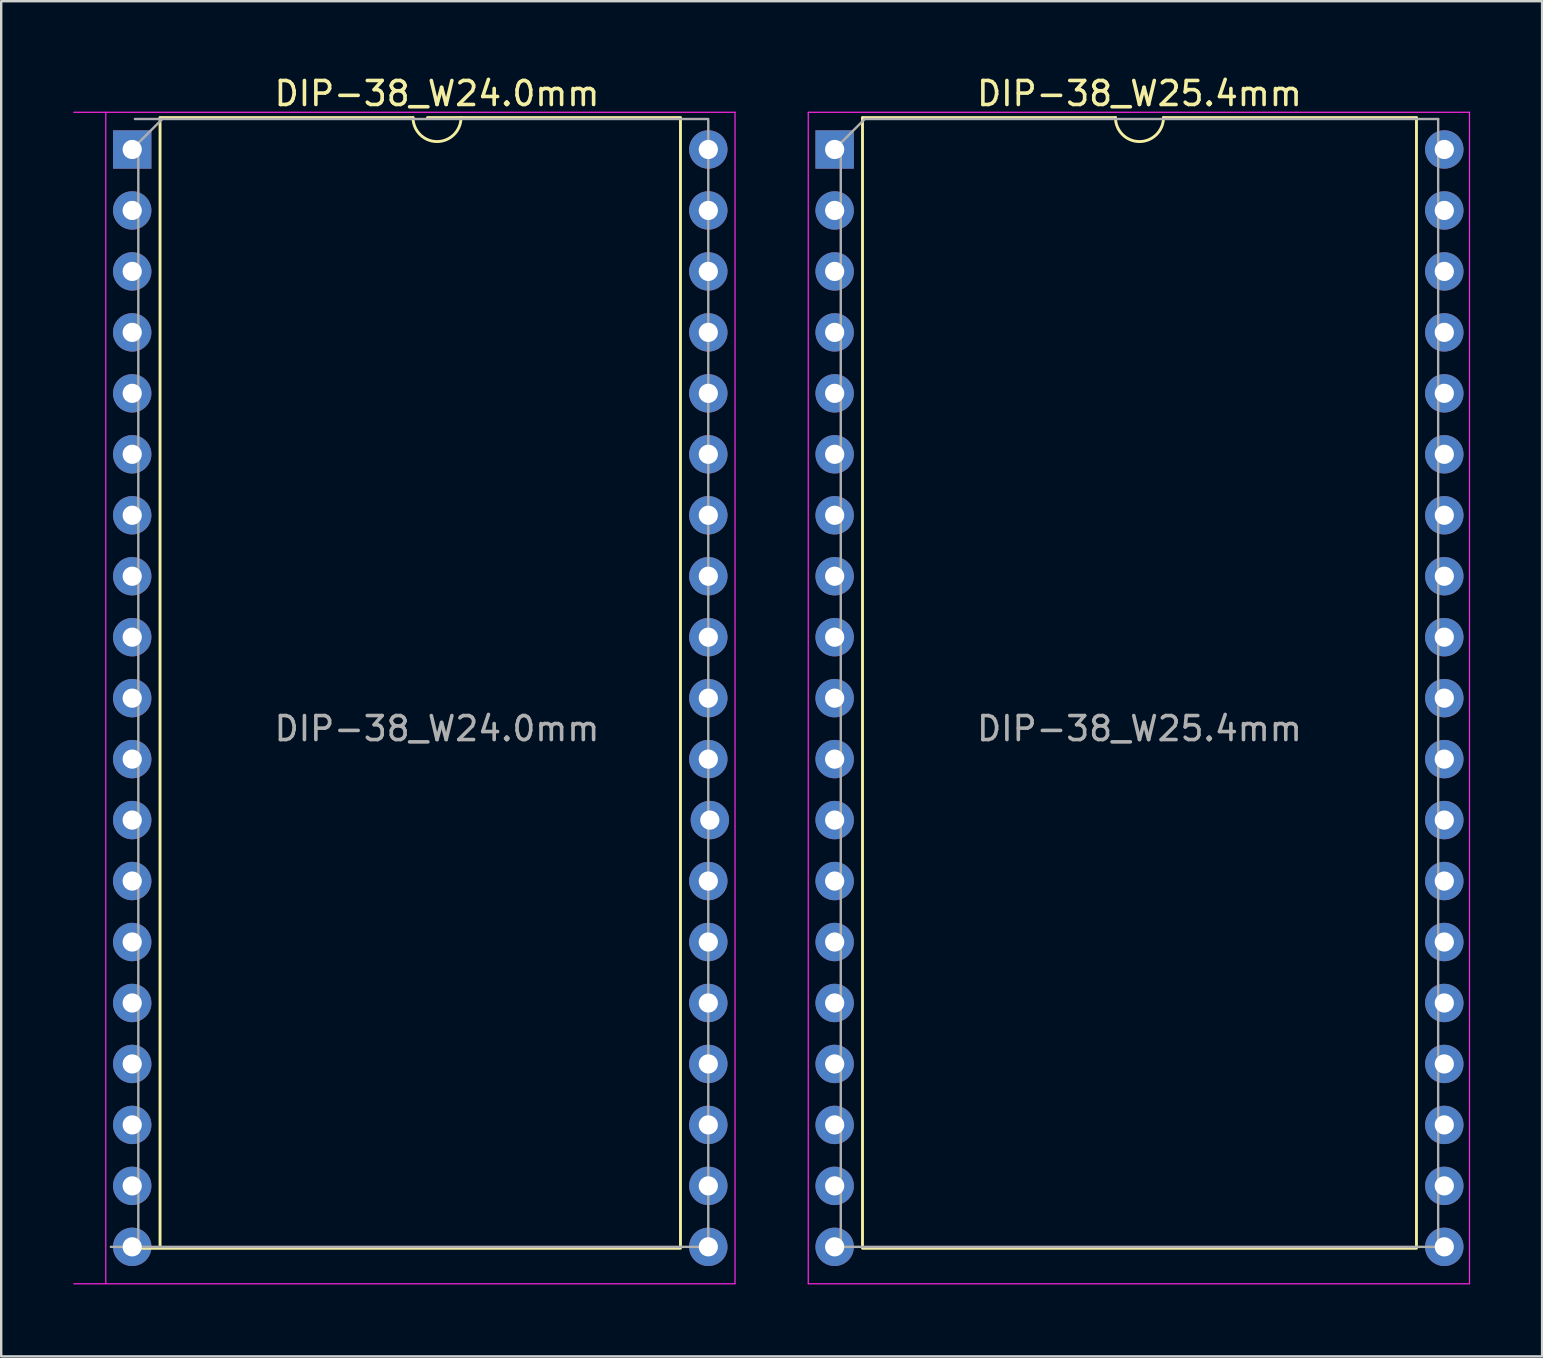
<source format=kicad_pcb>
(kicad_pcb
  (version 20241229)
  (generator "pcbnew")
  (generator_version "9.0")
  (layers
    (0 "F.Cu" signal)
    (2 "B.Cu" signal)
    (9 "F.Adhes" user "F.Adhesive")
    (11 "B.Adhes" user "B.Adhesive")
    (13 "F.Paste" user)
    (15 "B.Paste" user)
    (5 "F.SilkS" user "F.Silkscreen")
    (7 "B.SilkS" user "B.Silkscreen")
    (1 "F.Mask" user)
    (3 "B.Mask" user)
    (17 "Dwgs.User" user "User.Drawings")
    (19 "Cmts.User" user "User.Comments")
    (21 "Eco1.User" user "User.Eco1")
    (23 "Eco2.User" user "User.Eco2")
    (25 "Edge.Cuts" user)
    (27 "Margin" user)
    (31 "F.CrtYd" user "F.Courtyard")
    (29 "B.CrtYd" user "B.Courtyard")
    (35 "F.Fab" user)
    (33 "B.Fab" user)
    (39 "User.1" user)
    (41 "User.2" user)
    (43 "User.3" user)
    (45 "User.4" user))
  (footprint "DIP-38_W24.0mm"
    (layer "F.Cu")
    (at 2.458 3.178)
    (property "Reference" "DIP-38_W24.0mm" (at 12.7 -2.33 0) (layer "F.SilkS") (effects (font (size 1 1) (thickness 0.15))))
    (attr through_hole)
    (fp_line (start -0.237 45.78) (end 22.843 45.78) (stroke (width 0.12) (type solid)) (layer "F.SilkS"))
    (fp_line (start 1.16 -1.317) (end 1.16 45.663) (stroke (width 0.12) (type solid)) (layer "F.SilkS"))
    (fp_line (start 11.7 -1.33) (end 1.16 -1.33) (stroke (width 0.12) (type solid)) (layer "F.SilkS"))
    (fp_line (start 22.843 -1.33) (end 12.303 -1.33) (stroke (width 0.12) (type solid)) (layer "F.SilkS"))
    (fp_line (start 22.843 45.663) (end 22.843 -1.317) (stroke (width 0.12) (type solid)) (layer "F.SilkS"))
    (fp_arc (start 13.7 -1.33) (mid 12.7 -0.33) (end 11.7 -1.33) (stroke (width 0.12) (type solid)) (layer "F.SilkS"))
    (fp_line (start -2.433 47.26) (end 25.116 47.26) (stroke (width 0.05) (type solid)) (layer "F.CrtYd"))
    (fp_line (start -1.1 -1.55) (end -1.1 47.25) (stroke (width 0.05) (type solid)) (layer "F.CrtYd"))
    (fp_line (start 25.116 -1.55) (end -2.433 -1.55) (stroke (width 0.05) (type solid)) (layer "F.CrtYd"))
    (fp_line (start 25.116 47.25) (end 25.116 -1.55) (stroke (width 0.05) (type solid)) (layer "F.CrtYd"))
    (fp_line (start 0.112 -1.27) (end 24.002 -1.27) (stroke (width 0.1) (type solid)) (layer "F.Fab"))
    (fp_line (start 0.255 -0.27) (end 1.255 -1.27) (stroke (width 0.1) (type solid)) (layer "F.Fab"))
    (fp_line (start 0.255 45.72) (end 0.255 -0.3) (stroke (width 0.1) (type solid)) (layer "F.Fab"))
    (fp_line (start 24.002 -1.206) (end 24.002 45.764) (stroke (width 0.1) (type solid)) (layer "F.Fab"))
    (fp_line (start 24.002 45.72) (end -0.888 45.72) (stroke (width 0.1) (type solid)) (layer "F.Fab"))
    (fp_text user "${REFERENCE}" (at 12.7 24.13 0) (layer "F.Fab") (effects (font (size 1 1) (thickness 0.15))))
    (pad "1" thru_hole rect (at 0 0) (size 1.6 1.6) (drill 0.8) (layers "*.Cu" "*.Mask"))
    (pad "2" thru_hole oval (at 0 2.54) (size 1.6 1.6) (drill 0.8) (layers "*.Cu" "*.Mask"))
    (pad "3" thru_hole oval (at 0 5.08) (size 1.6 1.6) (drill 0.8) (layers "*.Cu" "*.Mask"))
    (pad "4" thru_hole oval (at 0 7.62) (size 1.6 1.6) (drill 0.8) (layers "*.Cu" "*.Mask"))
    (pad "5" thru_hole oval (at 0 10.16) (size 1.6 1.6) (drill 0.8) (layers "*.Cu" "*.Mask"))
    (pad "6" thru_hole oval (at 0 12.7) (size 1.6 1.6) (drill 0.8) (layers "*.Cu" "*.Mask"))
    (pad "7" thru_hole oval (at 0 15.24) (size 1.6 1.6) (drill 0.8) (layers "*.Cu" "*.Mask"))
    (pad "8" thru_hole oval (at 0 17.78) (size 1.6 1.6) (drill 0.8) (layers "*.Cu" "*.Mask"))
    (pad "9" thru_hole oval (at 0 20.32) (size 1.6 1.6) (drill 0.8) (layers "*.Cu" "*.Mask"))
    (pad "10" thru_hole oval (at 0 22.86) (size 1.6 1.6) (drill 0.8) (layers "*.Cu" "*.Mask"))
    (pad "11" thru_hole oval (at 0 25.4) (size 1.6 1.6) (drill 0.8) (layers "*.Cu" "*.Mask"))
    (pad "12" thru_hole oval (at 0 27.94) (size 1.6 1.6) (drill 0.8) (layers "*.Cu" "*.Mask"))
    (pad "13" thru_hole oval (at 0 30.48) (size 1.6 1.6) (drill 0.8) (layers "*.Cu" "*.Mask"))
    (pad "14" thru_hole oval (at 0 33.02) (size 1.6 1.6) (drill 0.8) (layers "*.Cu" "*.Mask"))
    (pad "15" thru_hole oval (at 0 35.56) (size 1.6 1.6) (drill 0.8) (layers "*.Cu" "*.Mask"))
    (pad "16" thru_hole oval (at 0 38.1) (size 1.6 1.6) (drill 0.8) (layers "*.Cu" "*.Mask"))
    (pad "17" thru_hole oval (at 0 40.64) (size 1.6 1.6) (drill 0.8) (layers "*.Cu" "*.Mask"))
    (pad "18" thru_hole oval (at 0 43.18) (size 1.6 1.6) (drill 0.8) (layers "*.Cu" "*.Mask"))
    (pad "19" thru_hole oval (at 0 45.72) (size 1.6 1.6) (drill 0.8) (layers "*.Cu" "*.Mask"))
    (pad "20" thru_hole oval (at 24.003 45.72) (size 1.6 1.6) (drill 0.8) (layers "*.Cu" "*.Mask"))
    (pad "21" thru_hole oval (at 24.003 43.18) (size 1.6 1.6) (drill 0.8) (layers "*.Cu" "*.Mask"))
    (pad "22" thru_hole oval (at 24.003 40.64) (size 1.6 1.6) (drill 0.8) (layers "*.Cu" "*.Mask"))
    (pad "23" thru_hole oval (at 24.003 38.1) (size 1.6 1.6) (drill 0.8) (layers "*.Cu" "*.Mask"))
    (pad "24" thru_hole oval (at 24.003 35.56) (size 1.6 1.6) (drill 0.8) (layers "*.Cu" "*.Mask"))
    (pad "25" thru_hole oval (at 24.003 33.02) (size 1.6 1.6) (drill 0.8) (layers "*.Cu" "*.Mask"))
    (pad "26" thru_hole oval (at 24.003 30.48) (size 1.6 1.6) (drill 0.8) (layers "*.Cu" "*.Mask"))
    (pad "27" thru_hole oval (at 24.067 27.94) (size 1.6 1.6) (drill 0.8) (layers "*.Cu" "*.Mask"))
    (pad "28" thru_hole oval (at 24.003 25.4) (size 1.6 1.6) (drill 0.8) (layers "*.Cu" "*.Mask"))
    (pad "29" thru_hole oval (at 24.003 22.86) (size 1.6 1.6) (drill 0.8) (layers "*.Cu" "*.Mask"))
    (pad "30" thru_hole oval (at 24.003 20.32) (size 1.6 1.6) (drill 0.8) (layers "*.Cu" "*.Mask"))
    (pad "31" thru_hole oval (at 24.003 17.78) (size 1.6 1.6) (drill 0.8) (layers "*.Cu" "*.Mask"))
    (pad "32" thru_hole oval (at 24.003 15.24) (size 1.6 1.6) (drill 0.8) (layers "*.Cu" "*.Mask"))
    (pad "33" thru_hole oval (at 24.003 12.7) (size 1.6 1.6) (drill 0.8) (layers "*.Cu" "*.Mask"))
    (pad "34" thru_hole oval (at 24.003 10.16) (size 1.6 1.6) (drill 0.8) (layers "*.Cu" "*.Mask"))
    (pad "35" thru_hole oval (at 24.003 7.62) (size 1.6 1.6) (drill 0.8) (layers "*.Cu" "*.Mask"))
    (pad "36" thru_hole oval (at 24.003 5.08) (size 1.6 1.6) (drill 0.8) (layers "*.Cu" "*.Mask"))
    (pad "37" thru_hole oval (at 24.003 2.54) (size 1.6 1.6) (drill 0.8) (layers "*.Cu" "*.Mask"))
    (pad "38" thru_hole oval (at 24.003 0) (size 1.6 1.6) (drill 0.8) (layers "*.Cu" "*.Mask")))
  (footprint "DIP-38_W25.4mm"
    (layer "F.Cu")
    (at 31.725 3.178)
    (property "Reference" "DIP-38_W25.4mm" (at 12.7 -2.33 0) (layer "F.SilkS") (effects (font (size 1 1) (thickness 0.15))))
    (attr through_hole)
    (fp_line (start 1.16 -1.317) (end 1.16 45.663) (stroke (width 0.12) (type solid)) (layer "F.SilkS"))
    (fp_line (start 1.16 45.78) (end 24.24 45.78) (stroke (width 0.12) (type solid)) (layer "F.SilkS"))
    (fp_line (start 11.7 -1.33) (end 1.16 -1.33) (stroke (width 0.12) (type solid)) (layer "F.SilkS"))
    (fp_line (start 24.24 -1.33) (end 13.7 -1.33) (stroke (width 0.12) (type solid)) (layer "F.SilkS"))
    (fp_line (start 24.24 45.663) (end 24.24 -1.317) (stroke (width 0.12) (type solid)) (layer "F.SilkS"))
    (fp_arc (start 13.7 -1.33) (mid 12.7 -0.33) (end 11.7 -1.33) (stroke (width 0.12) (type solid)) (layer "F.SilkS"))
    (fp_line (start -1.1 -1.55) (end -1.1 47.25) (stroke (width 0.05) (type solid)) (layer "F.CrtYd"))
    (fp_line (start -1.1 47.26) (end 26.45 47.26) (stroke (width 0.05) (type solid)) (layer "F.CrtYd"))
    (fp_line (start 26.45 -1.55) (end -1.1 -1.55) (stroke (width 0.05) (type solid)) (layer "F.CrtYd"))
    (fp_line (start 26.45 47.25) (end 26.45 -1.55) (stroke (width 0.05) (type solid)) (layer "F.CrtYd"))
    (fp_line (start 0.255 -0.27) (end 1.255 -1.27) (stroke (width 0.1) (type solid)) (layer "F.Fab"))
    (fp_line (start 0.255 45.72) (end 0.255 -0.3) (stroke (width 0.1) (type solid)) (layer "F.Fab"))
    (fp_line (start 1.255 -1.27) (end 25.145 -1.27) (stroke (width 0.1) (type solid)) (layer "F.Fab"))
    (fp_line (start 25.145 -1.27) (end 25.145 45.7) (stroke (width 0.1) (type solid)) (layer "F.Fab"))
    (fp_line (start 25.145 45.72) (end 0.255 45.72) (stroke (width 0.1) (type solid)) (layer "F.Fab"))
    (fp_text user "${REFERENCE}" (at 12.7 24.13 0) (layer "F.Fab") (effects (font (size 1 1) (thickness 0.15))))
    (pad "1" thru_hole rect (at 0 0) (size 1.6 1.6) (drill 0.8) (layers "*.Cu" "*.Mask"))
    (pad "2" thru_hole oval (at 0 2.54) (size 1.6 1.6) (drill 0.8) (layers "*.Cu" "*.Mask"))
    (pad "3" thru_hole oval (at 0 5.08) (size 1.6 1.6) (drill 0.8) (layers "*.Cu" "*.Mask"))
    (pad "4" thru_hole oval (at 0 7.62) (size 1.6 1.6) (drill 0.8) (layers "*.Cu" "*.Mask"))
    (pad "5" thru_hole oval (at 0 10.16) (size 1.6 1.6) (drill 0.8) (layers "*.Cu" "*.Mask"))
    (pad "6" thru_hole oval (at 0 12.7) (size 1.6 1.6) (drill 0.8) (layers "*.Cu" "*.Mask"))
    (pad "7" thru_hole oval (at 0 15.24) (size 1.6 1.6) (drill 0.8) (layers "*.Cu" "*.Mask"))
    (pad "8" thru_hole oval (at 0 17.78) (size 1.6 1.6) (drill 0.8) (layers "*.Cu" "*.Mask"))
    (pad "9" thru_hole oval (at 0 20.32) (size 1.6 1.6) (drill 0.8) (layers "*.Cu" "*.Mask"))
    (pad "10" thru_hole oval (at 0 22.86) (size 1.6 1.6) (drill 0.8) (layers "*.Cu" "*.Mask"))
    (pad "11" thru_hole oval (at 0 25.4) (size 1.6 1.6) (drill 0.8) (layers "*.Cu" "*.Mask"))
    (pad "12" thru_hole oval (at 0 27.94) (size 1.6 1.6) (drill 0.8) (layers "*.Cu" "*.Mask"))
    (pad "13" thru_hole oval (at 0 30.48) (size 1.6 1.6) (drill 0.8) (layers "*.Cu" "*.Mask"))
    (pad "14" thru_hole oval (at 0 33.02) (size 1.6 1.6) (drill 0.8) (layers "*.Cu" "*.Mask"))
    (pad "15" thru_hole oval (at 0 35.56) (size 1.6 1.6) (drill 0.8) (layers "*.Cu" "*.Mask"))
    (pad "16" thru_hole oval (at 0 38.1) (size 1.6 1.6) (drill 0.8) (layers "*.Cu" "*.Mask"))
    (pad "17" thru_hole oval (at 0 40.64) (size 1.6 1.6) (drill 0.8) (layers "*.Cu" "*.Mask"))
    (pad "18" thru_hole oval (at 0 43.18) (size 1.6 1.6) (drill 0.8) (layers "*.Cu" "*.Mask"))
    (pad "19" thru_hole oval (at 0 45.72) (size 1.6 1.6) (drill 0.8) (layers "*.Cu" "*.Mask"))
    (pad "20" thru_hole oval (at 25.4 45.72) (size 1.6 1.6) (drill 0.8) (layers "*.Cu" "*.Mask"))
    (pad "21" thru_hole oval (at 25.4 43.18) (size 1.6 1.6) (drill 0.8) (layers "*.Cu" "*.Mask"))
    (pad "22" thru_hole oval (at 25.4 40.64) (size 1.6 1.6) (drill 0.8) (layers "*.Cu" "*.Mask"))
    (pad "23" thru_hole oval (at 25.4 38.1) (size 1.6 1.6) (drill 0.8) (layers "*.Cu" "*.Mask"))
    (pad "24" thru_hole oval (at 25.4 35.56) (size 1.6 1.6) (drill 0.8) (layers "*.Cu" "*.Mask"))
    (pad "25" thru_hole oval (at 25.4 33.02) (size 1.6 1.6) (drill 0.8) (layers "*.Cu" "*.Mask"))
    (pad "26" thru_hole oval (at 25.4 30.48) (size 1.6 1.6) (drill 0.8) (layers "*.Cu" "*.Mask"))
    (pad "27" thru_hole oval (at 25.4 27.94) (size 1.6 1.6) (drill 0.8) (layers "*.Cu" "*.Mask"))
    (pad "28" thru_hole oval (at 25.4 25.4) (size 1.6 1.6) (drill 0.8) (layers "*.Cu" "*.Mask"))
    (pad "29" thru_hole oval (at 25.4 22.86) (size 1.6 1.6) (drill 0.8) (layers "*.Cu" "*.Mask"))
    (pad "30" thru_hole oval (at 25.4 20.32) (size 1.6 1.6) (drill 0.8) (layers "*.Cu" "*.Mask"))
    (pad "31" thru_hole oval (at 25.4 17.78) (size 1.6 1.6) (drill 0.8) (layers "*.Cu" "*.Mask"))
    (pad "32" thru_hole oval (at 25.4 15.24) (size 1.6 1.6) (drill 0.8) (layers "*.Cu" "*.Mask"))
    (pad "33" thru_hole oval (at 25.4 12.7) (size 1.6 1.6) (drill 0.8) (layers "*.Cu" "*.Mask"))
    (pad "34" thru_hole oval (at 25.4 10.16) (size 1.6 1.6) (drill 0.8) (layers "*.Cu" "*.Mask"))
    (pad "35" thru_hole oval (at 25.4 7.62) (size 1.6 1.6) (drill 0.8) (layers "*.Cu" "*.Mask"))
    (pad "36" thru_hole oval (at 25.4 5.08) (size 1.6 1.6) (drill 0.8) (layers "*.Cu" "*.Mask"))
    (pad "37" thru_hole oval (at 25.4 2.54) (size 1.6 1.6) (drill 0.8) (layers "*.Cu" "*.Mask"))
    (pad "38" thru_hole oval (at 25.4 0) (size 1.6 1.6) (drill 0.8) (layers "*.Cu" "*.Mask")))
  (gr_rect
    (start -3 -3)
    (end 61.2 53.463)
    (stroke (width 0.1) (type default))
    (fill no)
    (layer "Edge.Cuts")))
</source>
